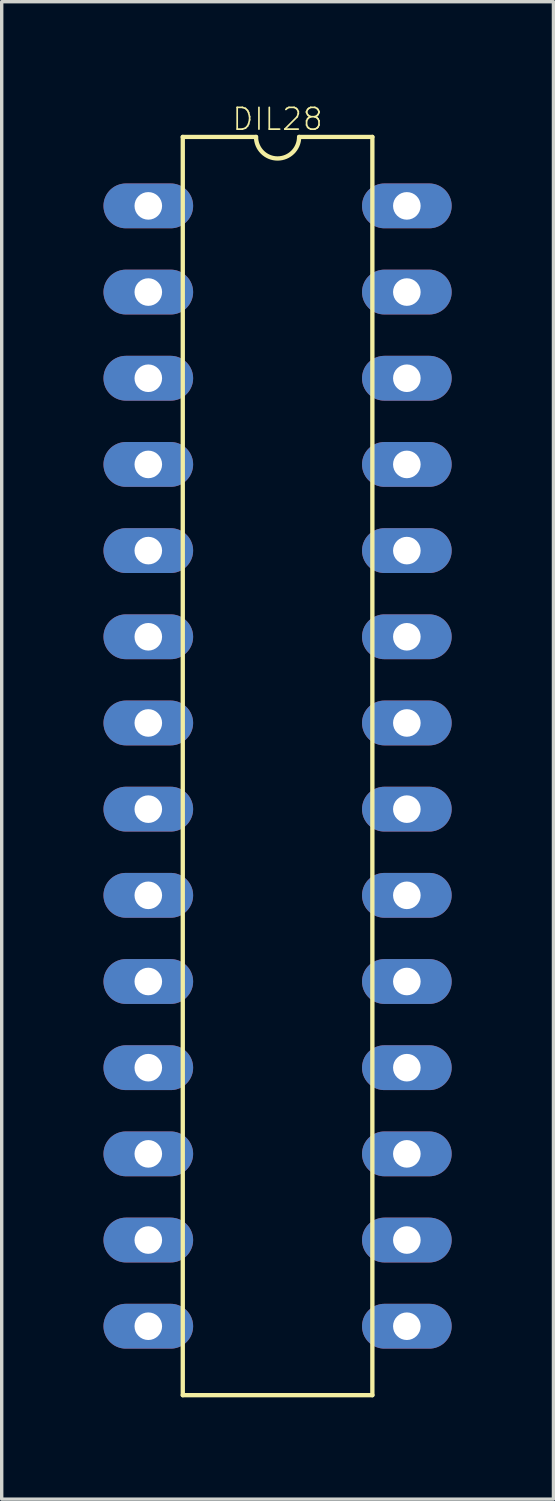
<source format=kicad_pcb>
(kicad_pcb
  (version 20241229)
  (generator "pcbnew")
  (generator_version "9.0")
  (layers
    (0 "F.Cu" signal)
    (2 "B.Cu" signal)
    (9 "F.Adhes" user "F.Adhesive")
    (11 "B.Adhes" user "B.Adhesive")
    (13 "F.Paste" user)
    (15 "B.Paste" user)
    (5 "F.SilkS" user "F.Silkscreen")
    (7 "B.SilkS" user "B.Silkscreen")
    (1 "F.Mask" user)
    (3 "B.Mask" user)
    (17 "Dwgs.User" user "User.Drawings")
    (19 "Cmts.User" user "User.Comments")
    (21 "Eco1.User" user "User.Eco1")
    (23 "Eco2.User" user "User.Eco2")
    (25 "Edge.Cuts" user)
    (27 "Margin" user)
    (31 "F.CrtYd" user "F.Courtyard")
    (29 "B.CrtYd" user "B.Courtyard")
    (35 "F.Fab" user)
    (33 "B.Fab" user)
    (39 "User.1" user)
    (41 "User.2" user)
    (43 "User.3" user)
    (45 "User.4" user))
  (footprint "DIL28"
    (layer "F.Cu")
    (at 5.131 19.528)
    (property "Reference" "DIL28" (at 0 -19.066 0) (layer "F.SilkS") (effects (font (size 0.641 0.641) (thickness 0.05))))
    (attr through_hole)
    (fp_line (start -2.794 -18.542) (end -2.794 18.542) (stroke (width 0.127) (type solid)) (layer "F.SilkS"))
    (fp_line (start -0.635 -18.542) (end -2.794 -18.542) (stroke (width 0.127) (type solid)) (layer "F.SilkS"))
    (fp_line (start 2.794 -18.542) (end 0.635 -18.542) (stroke (width 0.127) (type solid)) (layer "F.SilkS"))
    (fp_line (start 2.794 -18.542) (end 2.794 18.542) (stroke (width 0.127) (type solid)) (layer "F.SilkS"))
    (fp_line (start 2.794 18.542) (end -2.794 18.542) (stroke (width 0.127) (type solid)) (layer "F.SilkS"))
    (fp_arc (start 0.635 -18.542) (mid 0 -17.907) (end -0.635 -18.542) (stroke (width 0.127) (type solid)) (layer "F.SilkS"))
    (pad "1" thru_hole oval (at -3.81 -16.51) (size 2.642 1.321) (drill 0.813) (layers "*.Cu" "*.Mask"))
    (pad "2" thru_hole oval (at -3.81 -13.97) (size 2.642 1.321) (drill 0.813) (layers "*.Cu" "*.Mask"))
    (pad "3" thru_hole oval (at -3.81 -11.43) (size 2.642 1.321) (drill 0.813) (layers "*.Cu" "*.Mask"))
    (pad "4" thru_hole oval (at -3.81 -8.89) (size 2.642 1.321) (drill 0.813) (layers "*.Cu" "*.Mask"))
    (pad "5" thru_hole oval (at -3.81 -6.35) (size 2.642 1.321) (drill 0.813) (layers "*.Cu" "*.Mask"))
    (pad "6" thru_hole oval (at -3.81 -3.81) (size 2.642 1.321) (drill 0.813) (layers "*.Cu" "*.Mask"))
    (pad "7" thru_hole oval (at -3.81 -1.27) (size 2.642 1.321) (drill 0.813) (layers "*.Cu" "*.Mask"))
    (pad "8" thru_hole oval (at -3.81 1.27) (size 2.642 1.321) (drill 0.813) (layers "*.Cu" "*.Mask"))
    (pad "9" thru_hole oval (at -3.81 3.81) (size 2.642 1.321) (drill 0.813) (layers "*.Cu" "*.Mask"))
    (pad "10" thru_hole oval (at -3.81 6.35) (size 2.642 1.321) (drill 0.813) (layers "*.Cu" "*.Mask"))
    (pad "11" thru_hole oval (at -3.81 8.89) (size 2.642 1.321) (drill 0.813) (layers "*.Cu" "*.Mask"))
    (pad "12" thru_hole oval (at -3.81 11.43) (size 2.642 1.321) (drill 0.813) (layers "*.Cu" "*.Mask"))
    (pad "13" thru_hole oval (at -3.81 13.97) (size 2.642 1.321) (drill 0.813) (layers "*.Cu" "*.Mask"))
    (pad "14" thru_hole oval (at -3.81 16.51) (size 2.642 1.321) (drill 0.813) (layers "*.Cu" "*.Mask"))
    (pad "15" thru_hole oval (at 3.81 16.51) (size 2.642 1.321) (drill 0.813) (layers "*.Cu" "*.Mask"))
    (pad "16" thru_hole oval (at 3.81 13.97) (size 2.642 1.321) (drill 0.813) (layers "*.Cu" "*.Mask"))
    (pad "17" thru_hole oval (at 3.81 11.43) (size 2.642 1.321) (drill 0.813) (layers "*.Cu" "*.Mask"))
    (pad "18" thru_hole oval (at 3.81 8.89) (size 2.642 1.321) (drill 0.813) (layers "*.Cu" "*.Mask"))
    (pad "19" thru_hole oval (at 3.81 6.35) (size 2.642 1.321) (drill 0.813) (layers "*.Cu" "*.Mask"))
    (pad "20" thru_hole oval (at 3.81 3.81) (size 2.642 1.321) (drill 0.813) (layers "*.Cu" "*.Mask"))
    (pad "21" thru_hole oval (at 3.81 1.27) (size 2.642 1.321) (drill 0.813) (layers "*.Cu" "*.Mask"))
    (pad "22" thru_hole oval (at 3.81 -1.27) (size 2.642 1.321) (drill 0.813) (layers "*.Cu" "*.Mask"))
    (pad "23" thru_hole oval (at 3.81 -3.81) (size 2.642 1.321) (drill 0.813) (layers "*.Cu" "*.Mask"))
    (pad "24" thru_hole oval (at 3.81 -6.35) (size 2.642 1.321) (drill 0.813) (layers "*.Cu" "*.Mask"))
    (pad "25" thru_hole oval (at 3.81 -8.89) (size 2.642 1.321) (drill 0.813) (layers "*.Cu" "*.Mask"))
    (pad "26" thru_hole oval (at 3.81 -11.43) (size 2.642 1.321) (drill 0.813) (layers "*.Cu" "*.Mask"))
    (pad "27" thru_hole oval (at 3.81 -13.97) (size 2.642 1.321) (drill 0.813) (layers "*.Cu" "*.Mask"))
    (pad "28" thru_hole oval (at 3.81 -16.51) (size 2.642 1.321) (drill 0.813) (layers "*.Cu" "*.Mask")))
  (gr_rect
    (start -3 -3)
    (end 13.262 41.134)
    (stroke (width 0.1) (type default))
    (fill no)
    (layer "Edge.Cuts")))
</source>
